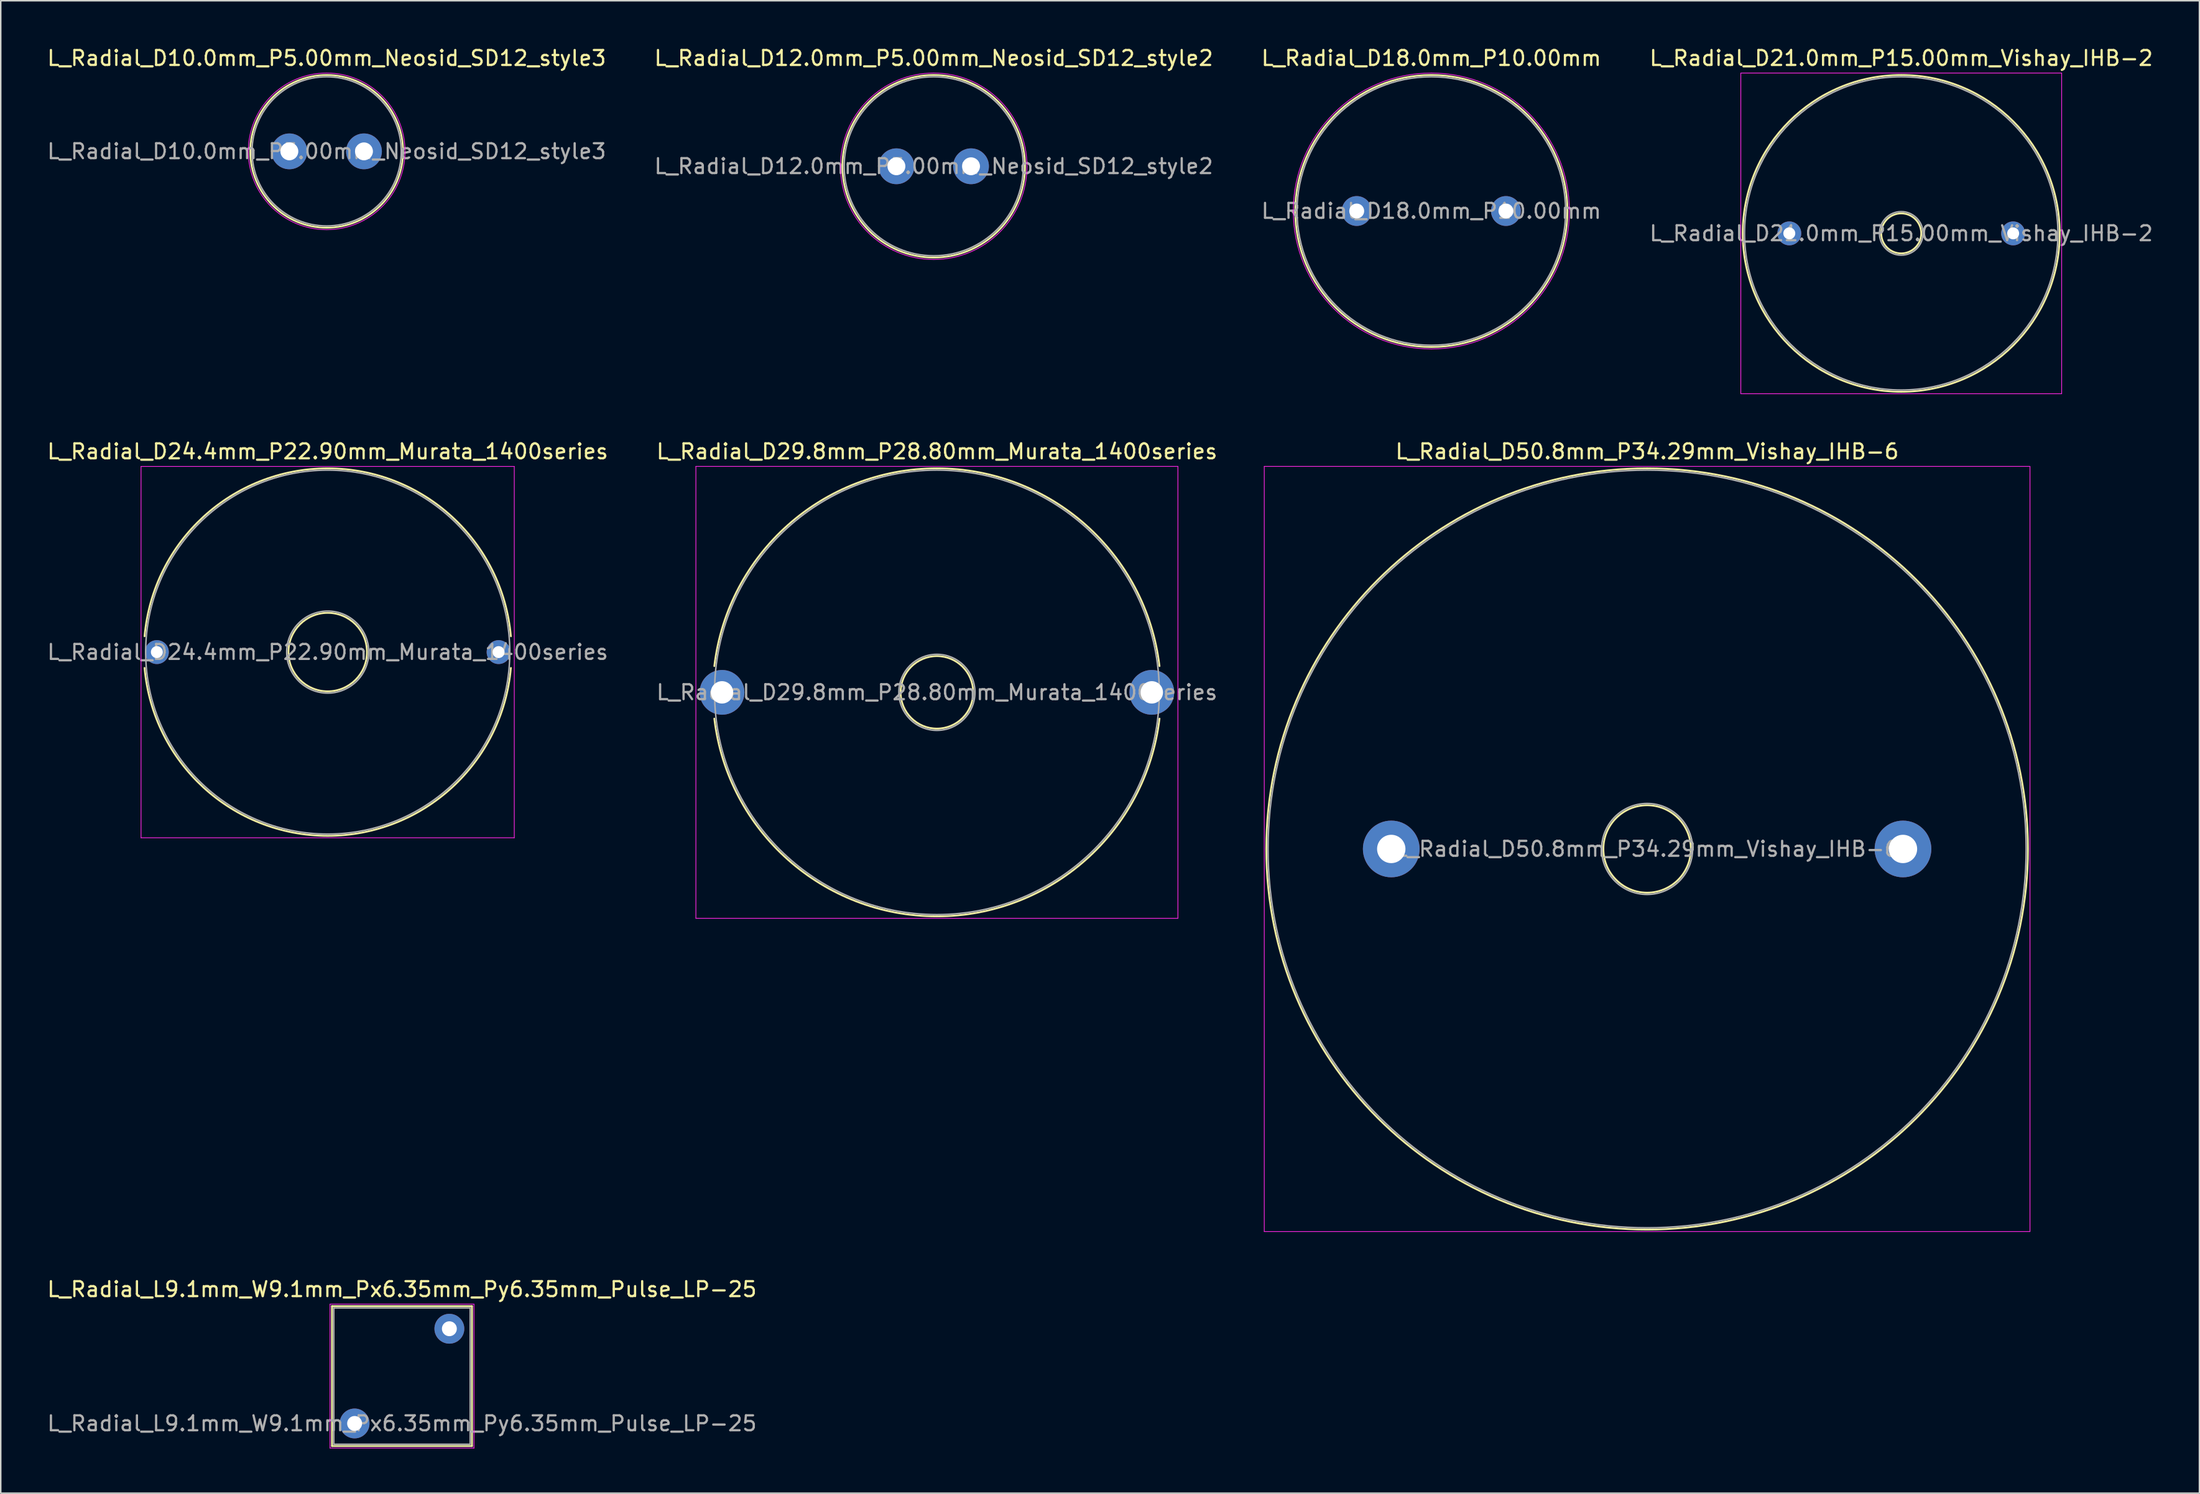
<source format=kicad_pcb>
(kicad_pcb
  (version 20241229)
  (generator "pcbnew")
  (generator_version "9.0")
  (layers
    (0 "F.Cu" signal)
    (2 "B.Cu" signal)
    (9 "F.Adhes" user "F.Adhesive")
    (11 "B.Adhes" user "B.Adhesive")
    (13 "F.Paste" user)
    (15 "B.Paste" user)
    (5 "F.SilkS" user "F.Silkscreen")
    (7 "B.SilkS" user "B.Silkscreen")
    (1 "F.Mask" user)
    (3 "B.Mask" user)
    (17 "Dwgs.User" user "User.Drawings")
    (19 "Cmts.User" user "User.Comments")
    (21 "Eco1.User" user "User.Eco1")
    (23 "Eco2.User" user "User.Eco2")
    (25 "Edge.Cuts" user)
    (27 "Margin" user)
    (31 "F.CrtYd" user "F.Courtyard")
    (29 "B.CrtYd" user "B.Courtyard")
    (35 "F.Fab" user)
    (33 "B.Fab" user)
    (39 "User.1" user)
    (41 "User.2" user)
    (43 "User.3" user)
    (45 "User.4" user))
  (footprint "L_Radial_D50.8mm_P34.29mm_Vishay_IHB-6"
    (layer "F.Cu")
    (at 90.178 53.871)
    (property "Reference" "L_Radial_D50.8mm_P34.29mm_Vishay_IHB-6" (at 17.145 -26.65 0) (layer "F.SilkS") (effects (font (size 1 1) (thickness 0.15))))
    (attr through_hole)
    (fp_circle (center 17.145 0) (end 20.075 0) (stroke (width 0.12) (type solid)) (fill no) (layer "F.SilkS"))
    (fp_circle (center 17.145 0) (end 42.665 0) (stroke (width 0.12) (type solid)) (fill no) (layer "F.SilkS"))
    (fp_line (start -8.51 -25.65) (end -8.51 25.65) (stroke (width 0.05) (type solid)) (layer "F.CrtYd"))
    (fp_line (start -8.51 25.65) (end 42.8 25.65) (stroke (width 0.05) (type solid)) (layer "F.CrtYd"))
    (fp_line (start 42.8 -25.65) (end -8.51 -25.65) (stroke (width 0.05) (type solid)) (layer "F.CrtYd"))
    (fp_line (start 42.8 25.65) (end 42.8 -25.65) (stroke (width 0.05) (type solid)) (layer "F.CrtYd"))
    (fp_circle (center 17.145 0) (end 20.195 0) (stroke (width 0.1) (type solid)) (fill no) (layer "F.Fab"))
    (fp_circle (center 17.145 0) (end 42.545 0) (stroke (width 0.1) (type solid)) (fill no) (layer "F.Fab"))
    (fp_text user "${REFERENCE}" (at 17.145 0 0) (layer "F.Fab") (effects (font (size 1 1) (thickness 0.15))))
    (pad "1" thru_hole circle (at 0 0) (size 3.8 3.8) (drill 1.9) (layers "*.Cu" "*.Mask"))
    (pad "2" thru_hole circle (at 34.29 0) (size 3.8 3.8) (drill 1.9) (layers "*.Cu" "*.Mask")))
  (footprint "L_Radial_D29.8mm_P28.80mm_Murata_1400series"
    (layer "F.Cu")
    (at 45.332 43.371)
    (property "Reference" "L_Radial_D29.8mm_P28.80mm_Murata_1400series" (at 14.4 -16.15 0) (layer "F.SilkS") (effects (font (size 1 1) (thickness 0.15))))
    (attr through_hole)
    (fp_arc (start -0.516528 -1.76) (mid 14.4 -15.02) (end 29.316528 -1.76) (stroke (width 0.12) (type solid)) (layer "F.SilkS"))
    (fp_arc (start 29.316528 1.76) (mid 14.4 15.02) (end -0.516528 1.76) (stroke (width 0.12) (type solid)) (layer "F.SilkS"))
    (fp_circle (center 14.4 0) (end 16.83 0) (stroke (width 0.12) (type solid)) (fill no) (layer "F.SilkS"))
    (fp_line (start -1.75 -15.15) (end -1.75 15.15) (stroke (width 0.05) (type solid)) (layer "F.CrtYd"))
    (fp_line (start -1.75 15.15) (end 30.55 15.15) (stroke (width 0.05) (type solid)) (layer "F.CrtYd"))
    (fp_line (start 30.55 -15.15) (end -1.75 -15.15) (stroke (width 0.05) (type solid)) (layer "F.CrtYd"))
    (fp_line (start 30.55 15.15) (end 30.55 -15.15) (stroke (width 0.05) (type solid)) (layer "F.CrtYd"))
    (fp_circle (center 14.4 0) (end 16.95 0) (stroke (width 0.1) (type solid)) (fill no) (layer "F.Fab"))
    (fp_circle (center 14.4 0) (end 29.3 0) (stroke (width 0.1) (type solid)) (fill no) (layer "F.Fab"))
    (fp_text user "${REFERENCE}" (at 14.4 0 0) (layer "F.Fab") (effects (font (size 1 1) (thickness 0.15))))
    (pad "1" thru_hole circle (at 0 0) (size 3 3) (drill 1.5) (layers "*.Cu" "*.Mask"))
    (pad "2" thru_hole circle (at 28.8 0) (size 3 3) (drill 1.5) (layers "*.Cu" "*.Mask")))
  (footprint "L_Radial_D10.0mm_P5.00mm_Neosid_SD12_style3"
    (layer "F.Cu")
    (at 16.339 7.098)
    (property "Reference" "L_Radial_D10.0mm_P5.00mm_Neosid_SD12_style3" (at 2.5 -6.25 0) (layer "F.SilkS") (effects (font (size 1 1) (thickness 0.15))))
    (attr through_hole)
    (fp_circle (center 2.5 0) (end 7.62 0) (stroke (width 0.12) (type solid)) (fill no) (layer "F.SilkS"))
    (fp_circle (center 2.5 0) (end 7.75 0) (stroke (width 0.05) (type solid)) (fill no) (layer "F.CrtYd"))
    (fp_circle (center 2.5 0) (end 7.5 0) (stroke (width 0.1) (type solid)) (fill no) (layer "F.Fab"))
    (fp_text user "${REFERENCE}" (at 2.5 0 0) (layer "F.Fab") (effects (font (size 1 1) (thickness 0.15))))
    (pad "1" thru_hole circle (at 0 0) (size 2.4 2.4) (drill 1.2) (layers "*.Cu" "*.Mask"))
    (pad "2" thru_hole circle (at 5 0) (size 2.4 2.4) (drill 1.2) (layers "*.Cu" "*.Mask")))
  (footprint "L_Radial_D24.4mm_P22.90mm_Murata_1400series"
    (layer "F.Cu")
    (at 7.461 40.672)
    (property "Reference" "L_Radial_D24.4mm_P22.90mm_Murata_1400series" (at 11.45 -13.45 0) (layer "F.SilkS") (effects (font (size 1 1) (thickness 0.15))))
    (attr through_hole)
    (fp_arc (start -0.824315 -1.06) (mid 11.45 -12.32) (end 23.724315 -1.06) (stroke (width 0.12) (type solid)) (layer "F.SilkS"))
    (fp_arc (start 23.724315 1.06) (mid 11.45 12.32) (end -0.824315 1.06) (stroke (width 0.12) (type solid)) (layer "F.SilkS"))
    (fp_circle (center 11.45 0) (end 14.08 0) (stroke (width 0.12) (type solid)) (fill no) (layer "F.SilkS"))
    (fp_line (start -1.06 -12.45) (end -1.06 12.45) (stroke (width 0.05) (type solid)) (layer "F.CrtYd"))
    (fp_line (start -1.06 12.45) (end 23.95 12.45) (stroke (width 0.05) (type solid)) (layer "F.CrtYd"))
    (fp_line (start 23.95 -12.45) (end -1.06 -12.45) (stroke (width 0.05) (type solid)) (layer "F.CrtYd"))
    (fp_line (start 23.95 12.45) (end 23.95 -12.45) (stroke (width 0.05) (type solid)) (layer "F.CrtYd"))
    (fp_circle (center 11.45 0) (end 14.2 0) (stroke (width 0.1) (type solid)) (fill no) (layer "F.Fab"))
    (fp_circle (center 11.45 0) (end 23.65 0) (stroke (width 0.1) (type solid)) (fill no) (layer "F.Fab"))
    (fp_text user "${REFERENCE}" (at 11.45 0 0) (layer "F.Fab") (effects (font (size 1 1) (thickness 0.15))))
    (pad "1" thru_hole circle (at 0 0) (size 1.6 1.6) (drill 0.8) (layers "*.Cu" "*.Mask"))
    (pad "2" thru_hole circle (at 22.9 0) (size 1.6 1.6) (drill 0.8) (layers "*.Cu" "*.Mask")))
  (footprint "L_Radial_D21.0mm_P15.00mm_Vishay_IHB-2"
    (layer "F.Cu")
    (at 116.851 12.598)
    (property "Reference" "L_Radial_D21.0mm_P15.00mm_Vishay_IHB-2" (at 7.5 -11.75 0) (layer "F.SilkS") (effects (font (size 1 1) (thickness 0.15))))
    (attr through_hole)
    (fp_circle (center 7.5 0) (end 8.84 0) (stroke (width 0.12) (type solid)) (fill no) (layer "F.SilkS"))
    (fp_circle (center 7.5 0) (end 18.12 0) (stroke (width 0.12) (type solid)) (fill no) (layer "F.SilkS"))
    (fp_line (start -3.25 -10.75) (end -3.25 10.75) (stroke (width 0.05) (type solid)) (layer "F.CrtYd"))
    (fp_line (start -3.25 10.75) (end 18.25 10.75) (stroke (width 0.05) (type solid)) (layer "F.CrtYd"))
    (fp_line (start 18.25 -10.75) (end -3.25 -10.75) (stroke (width 0.05) (type solid)) (layer "F.CrtYd"))
    (fp_line (start 18.25 10.75) (end 18.25 -10.75) (stroke (width 0.05) (type solid)) (layer "F.CrtYd"))
    (fp_circle (center 7.5 0) (end 8.96 0) (stroke (width 0.1) (type solid)) (fill no) (layer "F.Fab"))
    (fp_circle (center 7.5 0) (end 18 0) (stroke (width 0.1) (type solid)) (fill no) (layer "F.Fab"))
    (fp_text user "${REFERENCE}" (at 7.5 0 0) (layer "F.Fab") (effects (font (size 1 1) (thickness 0.15))))
    (pad "1" thru_hole circle (at 0 0) (size 1.6 1.6) (drill 0.8) (layers "*.Cu" "*.Mask"))
    (pad "2" thru_hole circle (at 15 0) (size 1.6 1.6) (drill 0.8) (layers "*.Cu" "*.Mask")))
  (footprint "L_Radial_D12.0mm_P5.00mm_Neosid_SD12_style2"
    (layer "F.Cu")
    (at 57.018 8.098)
    (property "Reference" "L_Radial_D12.0mm_P5.00mm_Neosid_SD12_style2" (at 2.5 -7.25 0) (layer "F.SilkS") (effects (font (size 1 1) (thickness 0.15))))
    (attr through_hole)
    (fp_circle (center 2.5 0) (end 8.62 0) (stroke (width 0.12) (type solid)) (fill no) (layer "F.SilkS"))
    (fp_circle (center 2.5 0) (end 8.75 0) (stroke (width 0.05) (type solid)) (fill no) (layer "F.CrtYd"))
    (fp_circle (center 2.5 0) (end 8.5 0) (stroke (width 0.1) (type solid)) (fill no) (layer "F.Fab"))
    (fp_text user "${REFERENCE}" (at 2.5 0 0) (layer "F.Fab") (effects (font (size 1 1) (thickness 0.15))))
    (pad "1" thru_hole circle (at 0 0) (size 2.4 2.4) (drill 1.2) (layers "*.Cu" "*.Mask"))
    (pad "2" thru_hole circle (at 5 0) (size 2.4 2.4) (drill 1.2) (layers "*.Cu" "*.Mask")))
  (footprint "L_Radial_L9.1mm_W9.1mm_Px6.35mm_Py6.35mm_Pulse_LP-25"
    (layer "F.Cu")
    (at 20.712 92.39)
    (property "Reference" "L_Radial_L9.1mm_W9.1mm_Px6.35mm_Py6.35mm_Pulse_LP-25" (at 3.175 -8.995 0) (layer "F.SilkS") (effects (font (size 1 1) (thickness 0.15))))
    (attr through_hole)
    (fp_line (start -1.515 -7.865) (end -1.515 1.515) (stroke (width 0.12) (type solid)) (layer "F.SilkS"))
    (fp_line (start -1.515 -7.865) (end 7.865 -7.865) (stroke (width 0.12) (type solid)) (layer "F.SilkS"))
    (fp_line (start -1.515 1.515) (end 7.865 1.515) (stroke (width 0.12) (type solid)) (layer "F.SilkS"))
    (fp_line (start 7.865 -7.865) (end 7.865 1.515) (stroke (width 0.12) (type solid)) (layer "F.SilkS"))
    (fp_line (start -1.65 -8) (end -1.65 1.65) (stroke (width 0.05) (type solid)) (layer "F.CrtYd"))
    (fp_line (start -1.65 1.65) (end 8 1.65) (stroke (width 0.05) (type solid)) (layer "F.CrtYd"))
    (fp_line (start 8 -8) (end -1.65 -8) (stroke (width 0.05) (type solid)) (layer "F.CrtYd"))
    (fp_line (start 8 1.65) (end 8 -8) (stroke (width 0.05) (type solid)) (layer "F.CrtYd"))
    (fp_line (start -1.395 -7.745) (end -1.395 1.395) (stroke (width 0.1) (type solid)) (layer "F.Fab"))
    (fp_line (start -1.395 1.395) (end 7.745 1.395) (stroke (width 0.1) (type solid)) (layer "F.Fab"))
    (fp_line (start 7.745 -7.745) (end -1.395 -7.745) (stroke (width 0.1) (type solid)) (layer "F.Fab"))
    (fp_line (start 7.745 1.395) (end 7.745 -7.745) (stroke (width 0.1) (type solid)) (layer "F.Fab"))
    (fp_text user "${REFERENCE}" (at 3.175 0 0) (layer "F.Fab") (effects (font (size 1 1) (thickness 0.15))))
    (pad "1" thru_hole circle (at 0 0) (size 2 2) (drill 1) (layers "*.Cu" "*.Mask"))
    (pad "2" thru_hole circle (at 6.35 -6.35) (size 2 2) (drill 1) (layers "*.Cu" "*.Mask")))
  (footprint "L_Radial_D18.0mm_P10.00mm"
    (layer "F.Cu")
    (at 87.863 11.098)
    (property "Reference" "L_Radial_D18.0mm_P10.00mm" (at 5 -10.25 0) (layer "F.SilkS") (effects (font (size 1 1) (thickness 0.15))))
    (attr through_hole)
    (fp_circle (center 5 0) (end 14.12 0) (stroke (width 0.12) (type solid)) (fill no) (layer "F.SilkS"))
    (fp_circle (center 5 0) (end 14.25 0) (stroke (width 0.05) (type solid)) (fill no) (layer "F.CrtYd"))
    (fp_circle (center 5 0) (end 14 0) (stroke (width 0.1) (type solid)) (fill no) (layer "F.Fab"))
    (fp_text user "${REFERENCE}" (at 5 0 0) (layer "F.Fab") (effects (font (size 1 1) (thickness 0.15))))
    (pad "1" thru_hole circle (at 0 0) (size 2 2) (drill 1) (layers "*.Cu" "*.Mask"))
    (pad "2" thru_hole circle (at 10 0) (size 2 2) (drill 1) (layers "*.Cu" "*.Mask")))
  (gr_rect
    (start -3 -3)
    (end 144.333 97.065)
    (stroke (width 0.1) (type default))
    (fill no)
    (layer "Edge.Cuts")))
</source>
